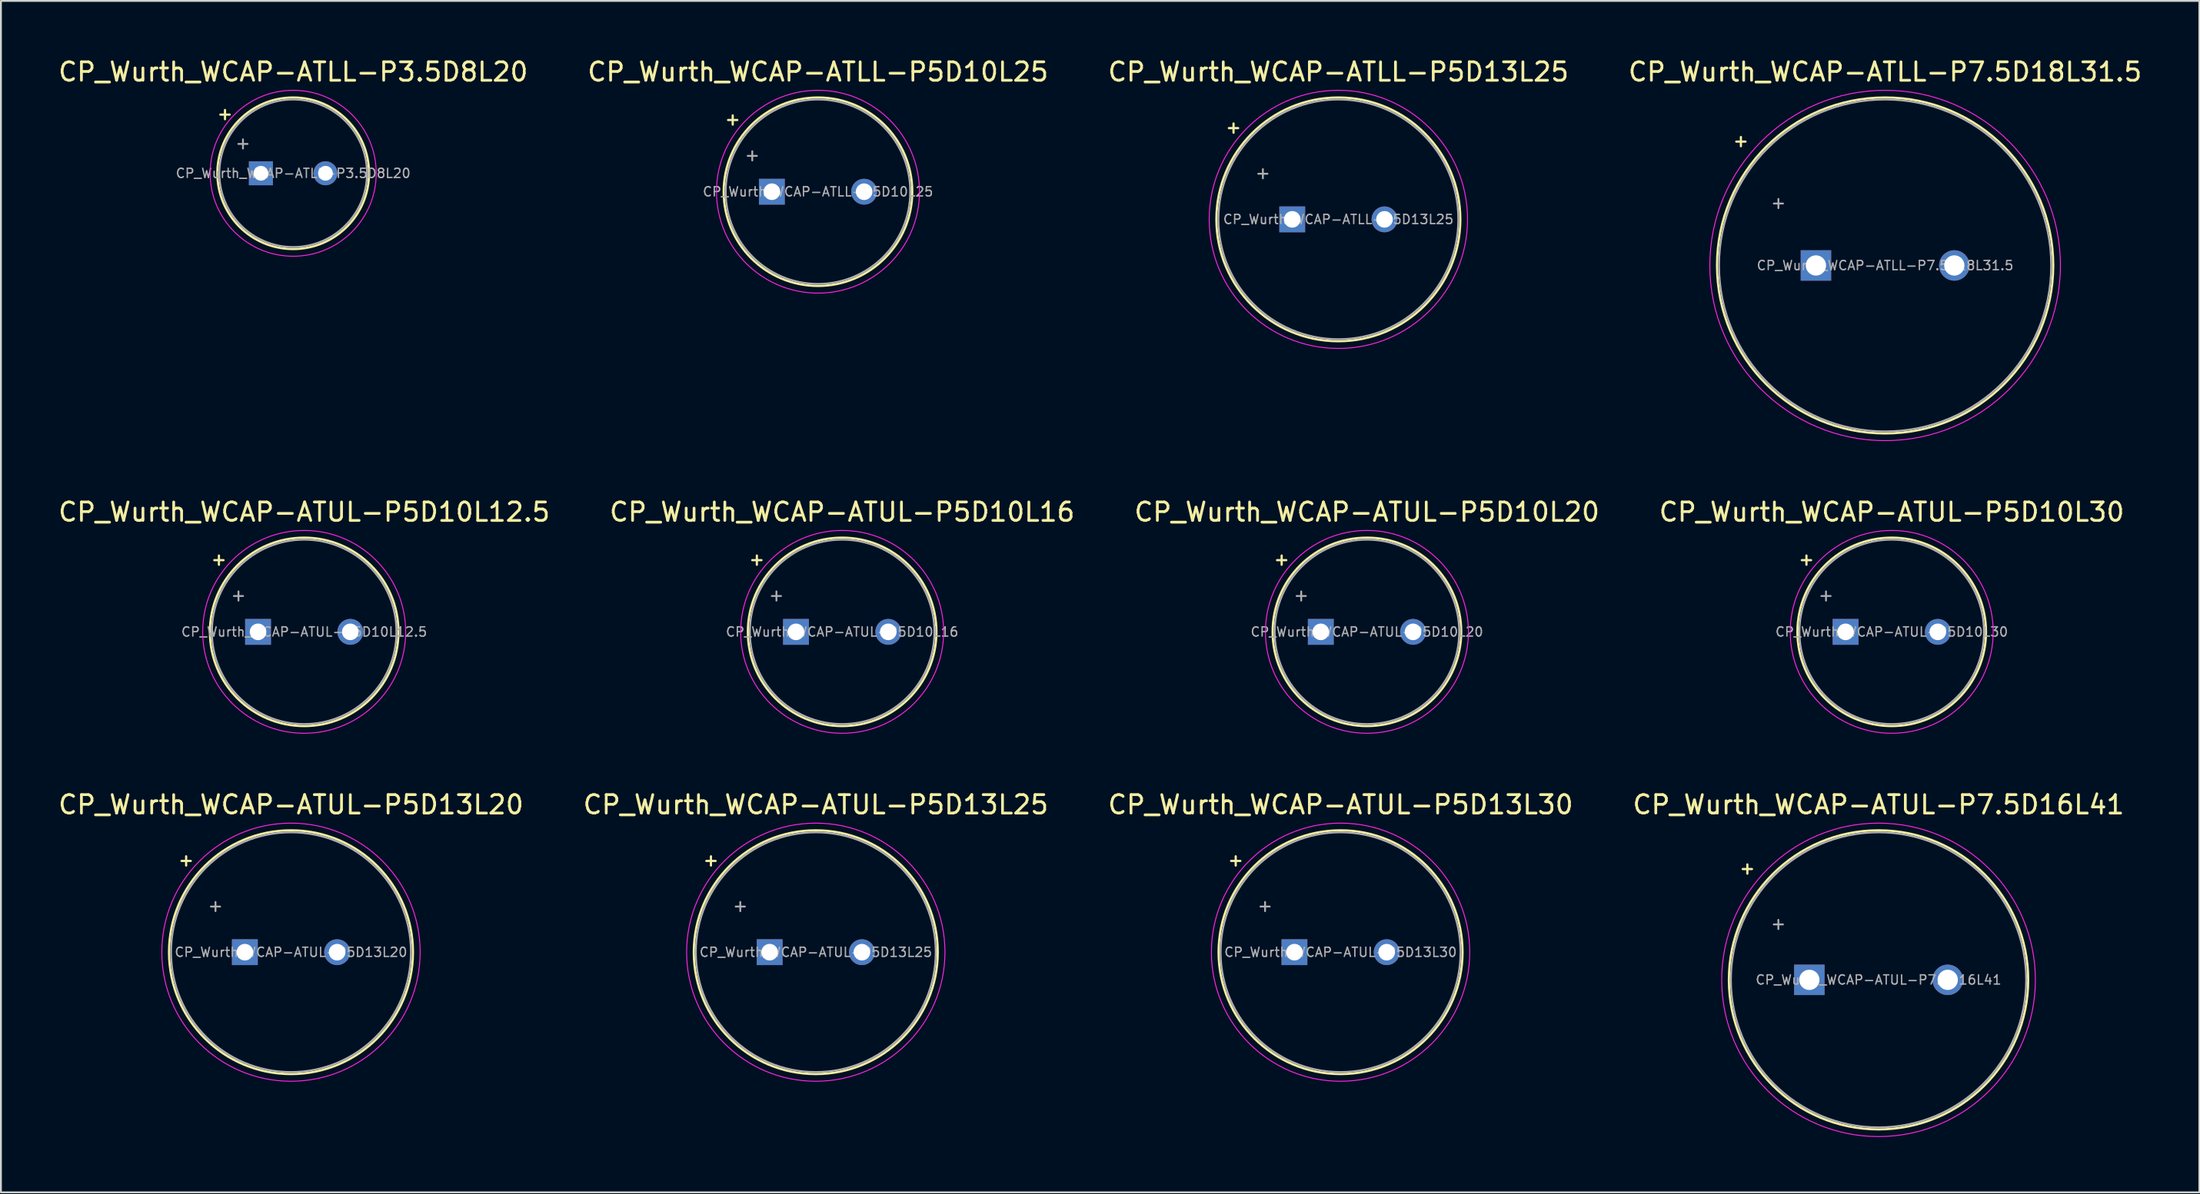
<source format=kicad_pcb>
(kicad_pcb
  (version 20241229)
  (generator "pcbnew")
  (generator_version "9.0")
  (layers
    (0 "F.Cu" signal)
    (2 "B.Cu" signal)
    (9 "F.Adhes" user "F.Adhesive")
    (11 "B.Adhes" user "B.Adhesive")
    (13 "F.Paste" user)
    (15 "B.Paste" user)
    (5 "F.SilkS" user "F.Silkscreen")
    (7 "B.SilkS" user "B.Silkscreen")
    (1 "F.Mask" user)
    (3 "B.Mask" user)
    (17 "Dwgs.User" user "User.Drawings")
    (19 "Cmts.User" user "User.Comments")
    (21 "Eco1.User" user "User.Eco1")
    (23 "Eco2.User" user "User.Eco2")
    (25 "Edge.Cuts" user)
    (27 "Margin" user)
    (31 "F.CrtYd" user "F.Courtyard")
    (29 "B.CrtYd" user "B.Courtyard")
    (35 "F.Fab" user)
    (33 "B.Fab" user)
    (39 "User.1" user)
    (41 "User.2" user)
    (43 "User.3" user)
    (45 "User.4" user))
  (footprint "CP_Wurth_WCAP-ATLL-P3.5D8L20"
    (layer "F.Cu")
    (at 11.089 6.348)
    (property "Reference" "CP_Wurth_WCAP-ATLL-P3.5D8L20" (at 1.75 -5.5 0) (unlocked yes) (layer "F.SilkS") (effects (font (size 1 1) (thickness 0.15))))
    (attr through_hole)
    (fp_line (start -2.195 -3.182) (end -1.695 -3.182) (stroke (width 0.12) (type solid)) (layer "F.SilkS"))
    (fp_line (start -1.945 -2.932) (end -1.945 -3.432) (stroke (width 0.12) (type solid)) (layer "F.SilkS"))
    (fp_circle (center 1.75 0) (end 5.86 0) (stroke (width 0.12) (type solid)) (fill no) (layer "F.SilkS"))
    (fp_circle (center 1.75 0) (end 6.25 0) (stroke (width 0.05) (type solid)) (fill no) (layer "F.CrtYd"))
    (fp_line (start -1.222 -1.591) (end -0.722 -1.591) (stroke (width 0.1) (type default)) (layer "F.Fab"))
    (fp_line (start -0.972 -1.341) (end -0.972 -1.841) (stroke (width 0.1) (type default)) (layer "F.Fab"))
    (fp_circle (center 1.75 0) (end 5.75 0) (stroke (width 0.1) (type solid)) (fill no) (layer "F.Fab"))
    (fp_text user "${REFERENCE}" (at 1.75 0 0) (unlocked yes) (layer "F.Fab") (effects (font (size 0.5 0.5) (thickness 0.075))))
    (pad "1" thru_hole rect (at 0 0) (size 1.3 1.3) (drill 0.8) (layers "*.Cu" "*.Mask"))
    (pad "2" thru_hole circle (at 3.5 0) (size 1.3 1.3) (drill 0.8) (layers "*.Cu" "*.Mask")))
  (footprint "CP_Wurth_WCAP-ATUL-P5D10L20"
    (layer "F.Cu")
    (at 68.53 31.221)
    (property "Reference" "CP_Wurth_WCAP-ATUL-P5D10L20" (at 2.5 -6.5 0) (unlocked yes) (layer "F.SilkS") (effects (font (size 1 1) (thickness 0.15))))
    (attr through_hole)
    (fp_line (start -2.371 -3.889) (end -1.871 -3.889) (stroke (width 0.12) (type solid)) (layer "F.SilkS"))
    (fp_line (start -2.121 -3.639) (end -2.121 -4.139) (stroke (width 0.12) (type solid)) (layer "F.SilkS"))
    (fp_circle (center 2.5 0) (end 7.61 0) (stroke (width 0.12) (type solid)) (fill no) (layer "F.SilkS"))
    (fp_circle (center 2.5 0) (end 8 0) (stroke (width 0.05) (type solid)) (fill no) (layer "F.CrtYd"))
    (fp_line (start -1.311 -1.945) (end -0.811 -1.945) (stroke (width 0.1) (type default)) (layer "F.Fab"))
    (fp_line (start -1.061 -1.695) (end -1.061 -2.195) (stroke (width 0.1) (type default)) (layer "F.Fab"))
    (fp_circle (center 2.5 0) (end 7.5 0) (stroke (width 0.1) (type solid)) (fill no) (layer "F.Fab"))
    (fp_text user "${REFERENCE}" (at 2.5 0 0) (unlocked yes) (layer "F.Fab") (effects (font (size 0.5 0.5) (thickness 0.075))))
    (pad "1" thru_hole rect (at 0 0) (size 1.4 1.4) (drill 0.9) (layers "*.Cu" "*.Mask"))
    (pad "2" thru_hole circle (at 5 0) (size 1.4 1.4) (drill 0.9) (layers "*.Cu" "*.Mask")))
  (footprint "CP_Wurth_WCAP-ATUL-P5D10L16"
    (layer "F.Cu")
    (at 40.089 31.221)
    (property "Reference" "CP_Wurth_WCAP-ATUL-P5D10L16" (at 2.5 -6.5 0) (unlocked yes) (layer "F.SilkS") (effects (font (size 1 1) (thickness 0.15))))
    (attr through_hole)
    (fp_line (start -2.371 -3.889) (end -1.871 -3.889) (stroke (width 0.12) (type solid)) (layer "F.SilkS"))
    (fp_line (start -2.121 -3.639) (end -2.121 -4.139) (stroke (width 0.12) (type solid)) (layer "F.SilkS"))
    (fp_circle (center 2.5 0) (end 7.61 0) (stroke (width 0.12) (type solid)) (fill no) (layer "F.SilkS"))
    (fp_circle (center 2.5 0) (end 8 0) (stroke (width 0.05) (type solid)) (fill no) (layer "F.CrtYd"))
    (fp_line (start -1.311 -1.945) (end -0.811 -1.945) (stroke (width 0.1) (type default)) (layer "F.Fab"))
    (fp_line (start -1.061 -1.695) (end -1.061 -2.195) (stroke (width 0.1) (type default)) (layer "F.Fab"))
    (fp_circle (center 2.5 0) (end 7.5 0) (stroke (width 0.1) (type solid)) (fill no) (layer "F.Fab"))
    (fp_text user "${REFERENCE}" (at 2.5 0 0) (unlocked yes) (layer "F.Fab") (effects (font (size 0.5 0.5) (thickness 0.075))))
    (pad "1" thru_hole rect (at 0 0) (size 1.4 1.4) (drill 0.9) (layers "*.Cu" "*.Mask"))
    (pad "2" thru_hole circle (at 5 0) (size 1.4 1.4) (drill 0.9) (layers "*.Cu" "*.Mask")))
  (footprint "CP_Wurth_WCAP-ATUL-P5D13L30"
    (layer "F.Cu")
    (at 67.101 48.595)
    (property "Reference" "CP_Wurth_WCAP-ATUL-P5D13L30" (at 2.5 -8 0) (unlocked yes) (layer "F.SilkS") (effects (font (size 1 1) (thickness 0.15))))
    (attr through_hole)
    (fp_line (start -3.432 -4.95) (end -2.932 -4.95) (stroke (width 0.12) (type solid)) (layer "F.SilkS"))
    (fp_line (start -3.182 -4.7) (end -3.182 -5.2) (stroke (width 0.12) (type solid)) (layer "F.SilkS"))
    (fp_circle (center 2.5 0) (end 9.11 0) (stroke (width 0.12) (type solid)) (fill no) (layer "F.SilkS"))
    (fp_circle (center 2.5 0) (end 9.5 0) (stroke (width 0.05) (type solid)) (fill no) (layer "F.CrtYd"))
    (fp_line (start -1.841 -2.475) (end -1.341 -2.475) (stroke (width 0.1) (type default)) (layer "F.Fab"))
    (fp_line (start -1.591 -2.225) (end -1.591 -2.725) (stroke (width 0.1) (type default)) (layer "F.Fab"))
    (fp_circle (center 2.5 0) (end 9 0) (stroke (width 0.1) (type solid)) (fill no) (layer "F.Fab"))
    (fp_text user "${REFERENCE}" (at 2.5 0 0) (unlocked yes) (layer "F.Fab") (effects (font (size 0.5 0.5) (thickness 0.075))))
    (pad "1" thru_hole rect (at 0 0) (size 1.4 1.4) (drill 0.9) (layers "*.Cu" "*.Mask"))
    (pad "2" thru_hole circle (at 5 0) (size 1.4 1.4) (drill 0.9) (layers "*.Cu" "*.Mask")))
  (footprint "CP_Wurth_WCAP-ATLL-P5D13L25"
    (layer "F.Cu")
    (at 66.982 8.848)
    (property "Reference" "CP_Wurth_WCAP-ATLL-P5D13L25" (at 2.5 -8 0) (unlocked yes) (layer "F.SilkS") (effects (font (size 1 1) (thickness 0.15))))
    (attr through_hole)
    (fp_line (start -3.432 -4.95) (end -2.932 -4.95) (stroke (width 0.12) (type solid)) (layer "F.SilkS"))
    (fp_line (start -3.182 -4.7) (end -3.182 -5.2) (stroke (width 0.12) (type solid)) (layer "F.SilkS"))
    (fp_circle (center 2.5 0) (end 9.11 0) (stroke (width 0.12) (type solid)) (fill no) (layer "F.SilkS"))
    (fp_circle (center 2.5 0) (end 9.5 0) (stroke (width 0.05) (type solid)) (fill no) (layer "F.CrtYd"))
    (fp_line (start -1.841 -2.475) (end -1.341 -2.475) (stroke (width 0.1) (type default)) (layer "F.Fab"))
    (fp_line (start -1.591 -2.225) (end -1.591 -2.725) (stroke (width 0.1) (type default)) (layer "F.Fab"))
    (fp_circle (center 2.5 0) (end 9 0) (stroke (width 0.1) (type solid)) (fill no) (layer "F.Fab"))
    (fp_text user "${REFERENCE}" (at 2.5 0 0) (unlocked yes) (layer "F.Fab") (effects (font (size 0.5 0.5) (thickness 0.075))))
    (pad "1" thru_hole rect (at 0 0) (size 1.4 1.4) (drill 0.9) (layers "*.Cu" "*.Mask"))
    (pad "2" thru_hole circle (at 5 0) (size 1.4 1.4) (drill 0.9) (layers "*.Cu" "*.Mask")))
  (footprint "CP_Wurth_WCAP-ATUL-P7.5D16L41"
    (layer "F.Cu")
    (at 95.006 50.095)
    (property "Reference" "CP_Wurth_WCAP-ATUL-P7.5D16L41" (at 3.75 -9.5 0) (unlocked yes) (layer "F.SilkS") (effects (font (size 1 1) (thickness 0.15))))
    (attr through_hole)
    (fp_line (start -3.609 -6.01) (end -3.109 -6.01) (stroke (width 0.12) (type solid)) (layer "F.SilkS"))
    (fp_line (start -3.359 -5.76) (end -3.359 -6.26) (stroke (width 0.12) (type solid)) (layer "F.SilkS"))
    (fp_circle (center 3.75 0) (end 11.86 0) (stroke (width 0.12) (type solid)) (fill no) (layer "F.SilkS"))
    (fp_circle (center 3.75 0) (end 12.25 0) (stroke (width 0.05) (type solid)) (fill no) (layer "F.CrtYd"))
    (fp_line (start -1.929 -3.005) (end -1.429 -3.005) (stroke (width 0.1) (type default)) (layer "F.Fab"))
    (fp_line (start -1.679 -2.755) (end -1.679 -3.255) (stroke (width 0.1) (type default)) (layer "F.Fab"))
    (fp_circle (center 3.75 0) (end 11.75 0) (stroke (width 0.1) (type solid)) (fill no) (layer "F.Fab"))
    (fp_text user "${REFERENCE}" (at 3.75 0 0) (unlocked yes) (layer "F.Fab") (effects (font (size 0.5 0.5) (thickness 0.075))))
    (pad "1" thru_hole rect (at 0 0) (size 1.65 1.65) (drill 1.1) (layers "*.Cu" "*.Mask"))
    (pad "2" thru_hole circle (at 7.5 0) (size 1.65 1.65) (drill 1.1) (layers "*.Cu" "*.Mask")))
  (footprint "CP_Wurth_WCAP-ATLL-P5D10L25"
    (layer "F.Cu")
    (at 38.78 7.348)
    (property "Reference" "CP_Wurth_WCAP-ATLL-P5D10L25" (at 2.5 -6.5 0) (unlocked yes) (layer "F.SilkS") (effects (font (size 1 1) (thickness 0.15))))
    (attr through_hole)
    (fp_line (start -2.371 -3.889) (end -1.871 -3.889) (stroke (width 0.12) (type solid)) (layer "F.SilkS"))
    (fp_line (start -2.121 -3.639) (end -2.121 -4.139) (stroke (width 0.12) (type solid)) (layer "F.SilkS"))
    (fp_circle (center 2.5 0) (end 7.61 0) (stroke (width 0.12) (type solid)) (fill no) (layer "F.SilkS"))
    (fp_circle (center 2.5 0) (end 8 0) (stroke (width 0.05) (type solid)) (fill no) (layer "F.CrtYd"))
    (fp_line (start -1.311 -1.945) (end -0.811 -1.945) (stroke (width 0.1) (type default)) (layer "F.Fab"))
    (fp_line (start -1.061 -1.695) (end -1.061 -2.195) (stroke (width 0.1) (type default)) (layer "F.Fab"))
    (fp_circle (center 2.5 0) (end 7.5 0) (stroke (width 0.1) (type solid)) (fill no) (layer "F.Fab"))
    (fp_text user "${REFERENCE}" (at 2.5 0 0) (unlocked yes) (layer "F.Fab") (effects (font (size 0.5 0.5) (thickness 0.075))))
    (pad "1" thru_hole rect (at 0 0) (size 1.4 1.4) (drill 0.9) (layers "*.Cu" "*.Mask"))
    (pad "2" thru_hole circle (at 5 0) (size 1.4 1.4) (drill 0.9) (layers "*.Cu" "*.Mask")))
  (footprint "CP_Wurth_WCAP-ATUL-P5D13L25"
    (layer "F.Cu")
    (at 38.661 48.595)
    (property "Reference" "CP_Wurth_WCAP-ATUL-P5D13L25" (at 2.5 -8 0) (unlocked yes) (layer "F.SilkS") (effects (font (size 1 1) (thickness 0.15))))
    (attr through_hole)
    (fp_line (start -3.432 -4.95) (end -2.932 -4.95) (stroke (width 0.12) (type solid)) (layer "F.SilkS"))
    (fp_line (start -3.182 -4.7) (end -3.182 -5.2) (stroke (width 0.12) (type solid)) (layer "F.SilkS"))
    (fp_circle (center 2.5 0) (end 9.11 0) (stroke (width 0.12) (type solid)) (fill no) (layer "F.SilkS"))
    (fp_circle (center 2.5 0) (end 9.5 0) (stroke (width 0.05) (type solid)) (fill no) (layer "F.CrtYd"))
    (fp_line (start -1.841 -2.475) (end -1.341 -2.475) (stroke (width 0.1) (type default)) (layer "F.Fab"))
    (fp_line (start -1.591 -2.225) (end -1.591 -2.725) (stroke (width 0.1) (type default)) (layer "F.Fab"))
    (fp_circle (center 2.5 0) (end 9 0) (stroke (width 0.1) (type solid)) (fill no) (layer "F.Fab"))
    (fp_text user "${REFERENCE}" (at 2.5 0 0) (unlocked yes) (layer "F.Fab") (effects (font (size 0.5 0.5) (thickness 0.075))))
    (pad "1" thru_hole rect (at 0 0) (size 1.4 1.4) (drill 0.9) (layers "*.Cu" "*.Mask"))
    (pad "2" thru_hole circle (at 5 0) (size 1.4 1.4) (drill 0.9) (layers "*.Cu" "*.Mask")))
  (footprint "CP_Wurth_WCAP-ATUL-P5D10L12.5"
    (layer "F.Cu")
    (at 10.935 31.221)
    (property "Reference" "CP_Wurth_WCAP-ATUL-P5D10L12.5" (at 2.5 -6.5 0) (unlocked yes) (layer "F.SilkS") (effects (font (size 1 1) (thickness 0.15))))
    (attr through_hole)
    (fp_line (start -2.371 -3.889) (end -1.871 -3.889) (stroke (width 0.12) (type solid)) (layer "F.SilkS"))
    (fp_line (start -2.121 -3.639) (end -2.121 -4.139) (stroke (width 0.12) (type solid)) (layer "F.SilkS"))
    (fp_circle (center 2.5 0) (end 7.61 0) (stroke (width 0.12) (type solid)) (fill no) (layer "F.SilkS"))
    (fp_circle (center 2.5 0) (end 8 0) (stroke (width 0.05) (type solid)) (fill no) (layer "F.CrtYd"))
    (fp_line (start -1.311 -1.945) (end -0.811 -1.945) (stroke (width 0.1) (type default)) (layer "F.Fab"))
    (fp_line (start -1.061 -1.695) (end -1.061 -2.195) (stroke (width 0.1) (type default)) (layer "F.Fab"))
    (fp_circle (center 2.5 0) (end 7.5 0) (stroke (width 0.1) (type solid)) (fill no) (layer "F.Fab"))
    (fp_text user "${REFERENCE}" (at 2.5 0 0) (unlocked yes) (layer "F.Fab") (effects (font (size 0.5 0.5) (thickness 0.075))))
    (pad "1" thru_hole rect (at 0 0) (size 1.4 1.4) (drill 0.9) (layers "*.Cu" "*.Mask"))
    (pad "2" thru_hole circle (at 5 0) (size 1.4 1.4) (drill 0.9) (layers "*.Cu" "*.Mask")))
  (footprint "CP_Wurth_WCAP-ATLL-P7.5D18L31.5"
    (layer "F.Cu")
    (at 95.363 11.348)
    (property "Reference" "CP_Wurth_WCAP-ATLL-P7.5D18L31.5" (at 3.75 -10.5 0) (unlocked yes) (layer "F.SilkS") (effects (font (size 1 1) (thickness 0.15))))
    (attr through_hole)
    (fp_line (start -4.316 -6.718) (end -3.816 -6.718) (stroke (width 0.12) (type solid)) (layer "F.SilkS"))
    (fp_line (start -4.066 -6.468) (end -4.066 -6.968) (stroke (width 0.12) (type solid)) (layer "F.SilkS"))
    (fp_circle (center 3.75 0) (end 12.86 0) (stroke (width 0.12) (type solid)) (fill no) (layer "F.SilkS"))
    (fp_circle (center 3.75 0) (end 13.25 0) (stroke (width 0.05) (type solid)) (fill no) (layer "F.CrtYd"))
    (fp_line (start -2.283 -3.359) (end -1.783 -3.359) (stroke (width 0.1) (type default)) (layer "F.Fab"))
    (fp_line (start -2.033 -3.109) (end -2.033 -3.609) (stroke (width 0.1) (type default)) (layer "F.Fab"))
    (fp_circle (center 3.75 0) (end 12.75 0) (stroke (width 0.1) (type solid)) (fill no) (layer "F.Fab"))
    (fp_text user "${REFERENCE}" (at 3.75 0 0) (unlocked yes) (layer "F.Fab") (effects (font (size 0.5 0.5) (thickness 0.075))))
    (pad "1" thru_hole rect (at 0 0) (size 1.65 1.65) (drill 1.1) (layers "*.Cu" "*.Mask"))
    (pad "2" thru_hole circle (at 7.5 0) (size 1.65 1.65) (drill 1.1) (layers "*.Cu" "*.Mask")))
  (footprint "CP_Wurth_WCAP-ATUL-P5D10L30"
    (layer "F.Cu")
    (at 96.97 31.221)
    (property "Reference" "CP_Wurth_WCAP-ATUL-P5D10L30" (at 2.5 -6.5 0) (unlocked yes) (layer "F.SilkS") (effects (font (size 1 1) (thickness 0.15))))
    (attr through_hole)
    (fp_line (start -2.371 -3.889) (end -1.871 -3.889) (stroke (width 0.12) (type solid)) (layer "F.SilkS"))
    (fp_line (start -2.121 -3.639) (end -2.121 -4.139) (stroke (width 0.12) (type solid)) (layer "F.SilkS"))
    (fp_circle (center 2.5 0) (end 7.61 0) (stroke (width 0.12) (type solid)) (fill no) (layer "F.SilkS"))
    (fp_circle (center 2.5 0) (end 8 0) (stroke (width 0.05) (type solid)) (fill no) (layer "F.CrtYd"))
    (fp_line (start -1.311 -1.945) (end -0.811 -1.945) (stroke (width 0.1) (type default)) (layer "F.Fab"))
    (fp_line (start -1.061 -1.695) (end -1.061 -2.195) (stroke (width 0.1) (type default)) (layer "F.Fab"))
    (fp_circle (center 2.5 0) (end 7.5 0) (stroke (width 0.1) (type solid)) (fill no) (layer "F.Fab"))
    (fp_text user "${REFERENCE}" (at 2.5 0 0) (unlocked yes) (layer "F.Fab") (effects (font (size 0.5 0.5) (thickness 0.075))))
    (pad "1" thru_hole rect (at 0 0) (size 1.4 1.4) (drill 0.9) (layers "*.Cu" "*.Mask"))
    (pad "2" thru_hole circle (at 5 0) (size 1.4 1.4) (drill 0.9) (layers "*.Cu" "*.Mask")))
  (footprint "CP_Wurth_WCAP-ATUL-P5D13L20"
    (layer "F.Cu")
    (at 10.22 48.595)
    (property "Reference" "CP_Wurth_WCAP-ATUL-P5D13L20" (at 2.5 -8 0) (unlocked yes) (layer "F.SilkS") (effects (font (size 1 1) (thickness 0.15))))
    (attr through_hole)
    (fp_line (start -3.432 -4.95) (end -2.932 -4.95) (stroke (width 0.12) (type solid)) (layer "F.SilkS"))
    (fp_line (start -3.182 -4.7) (end -3.182 -5.2) (stroke (width 0.12) (type solid)) (layer "F.SilkS"))
    (fp_circle (center 2.5 0) (end 9.11 0) (stroke (width 0.12) (type solid)) (fill no) (layer "F.SilkS"))
    (fp_circle (center 2.5 0) (end 9.5 0) (stroke (width 0.05) (type solid)) (fill no) (layer "F.CrtYd"))
    (fp_line (start -1.841 -2.475) (end -1.341 -2.475) (stroke (width 0.1) (type default)) (layer "F.Fab"))
    (fp_line (start -1.591 -2.225) (end -1.591 -2.725) (stroke (width 0.1) (type default)) (layer "F.Fab"))
    (fp_circle (center 2.5 0) (end 9 0) (stroke (width 0.1) (type solid)) (fill no) (layer "F.Fab"))
    (fp_text user "${REFERENCE}" (at 2.5 0 0) (unlocked yes) (layer "F.Fab") (effects (font (size 0.5 0.5) (thickness 0.075))))
    (pad "1" thru_hole rect (at 0 0) (size 1.4 1.4) (drill 0.9) (layers "*.Cu" "*.Mask"))
    (pad "2" thru_hole circle (at 5 0) (size 1.4 1.4) (drill 0.9) (layers "*.Cu" "*.Mask")))
  (gr_rect
    (start -3 -3)
    (end 116.143 61.62)
    (stroke (width 0.1) (type default))
    (fill no)
    (layer "Edge.Cuts")))
</source>
